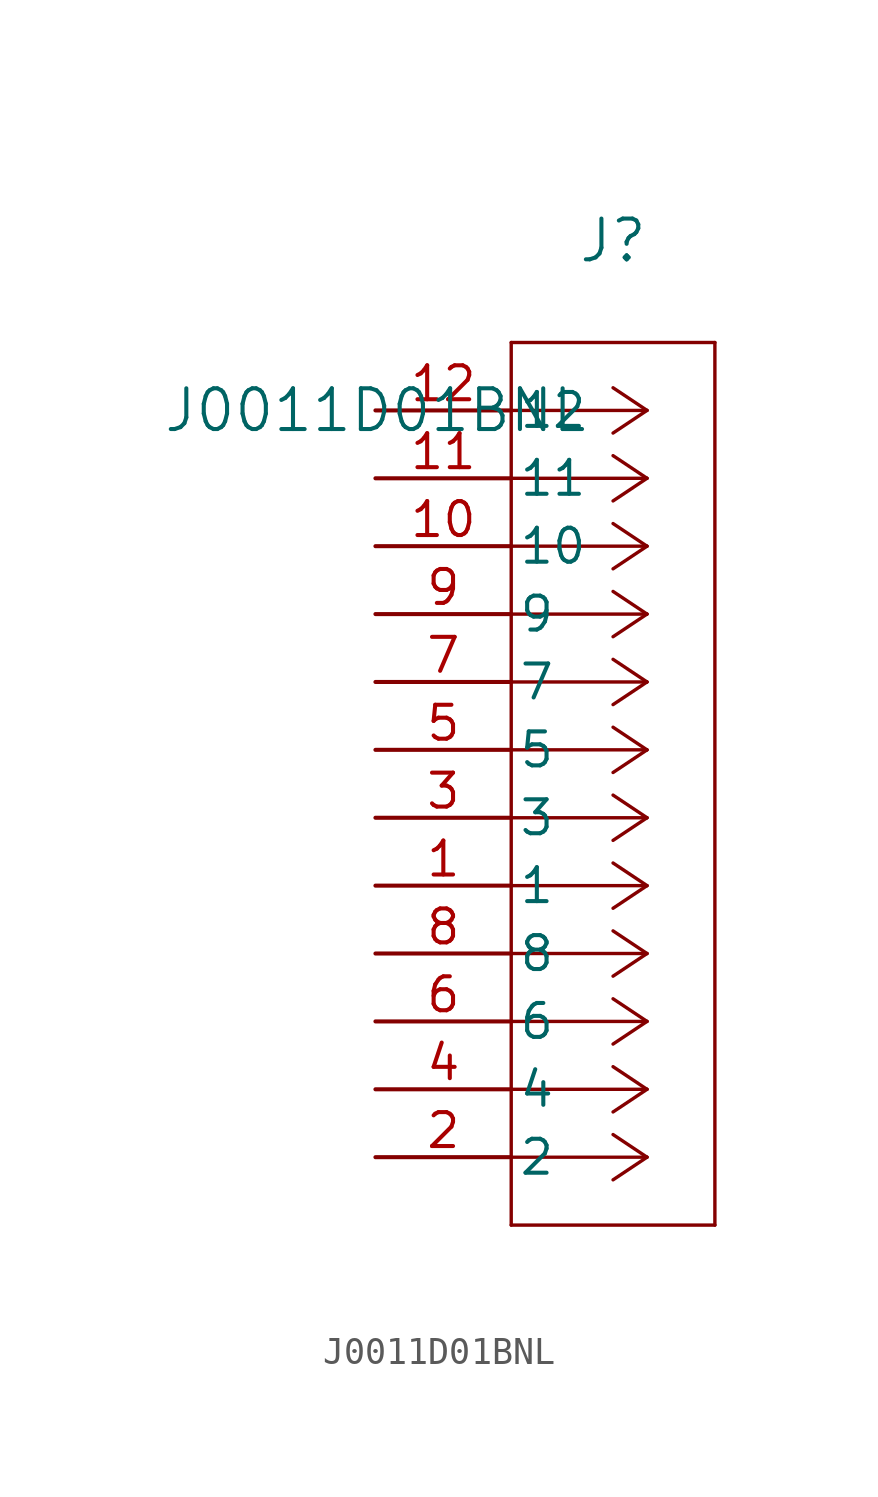
<source format=kicad_sym>
(kicad_symbol_lib
  (version 20220914)
  (generator kicad_symbol_editor)
  (symbol "J0011D01BNL"
    (pin_names
      (offset 0.254))
    (property "Reference" "J"
      (at 8.89 6.35 0)
      (effects (font (size 1.524 1.524))))
    (property "Value" "J0011D01BNL"
      (at 0 0 0)
      (effects (font (size 1.524 1.524))))
    (property "ki_locked" ""
      (at 0 0 0)
      (effects (font (size 1.27 1.27))))
    (symbol "J0011D01BNL_0_1"
      (polyline (pts (xy 5.08 -30.48) (xy 12.7 -30.48)) (stroke (width 0.127) (type default)) (fill (type none)))
      (polyline (pts (xy 5.08 2.54) (xy 5.08 -30.48)) (stroke (width 0.127) (type default)) (fill (type none)))
      (polyline (pts (xy 10.16 -27.94) (xy 5.08 -27.94)) (stroke (width 0.127) (type default)) (fill (type none)))
      (polyline (pts (xy 10.16 -27.94) (xy 8.89 -28.787)) (stroke (width 0.127) (type default)) (fill (type none)))
      (polyline (pts (xy 10.16 -27.94) (xy 8.89 -27.093)) (stroke (width 0.127) (type default)) (fill (type none)))
      (polyline (pts (xy 10.16 -25.4) (xy 5.08 -25.4)) (stroke (width 0.127) (type default)) (fill (type none)))
      (polyline (pts (xy 10.16 -25.4) (xy 8.89 -26.247)) (stroke (width 0.127) (type default)) (fill (type none)))
      (polyline (pts (xy 10.16 -25.4) (xy 8.89 -24.553)) (stroke (width 0.127) (type default)) (fill (type none)))
      (polyline (pts (xy 10.16 -22.86) (xy 5.08 -22.86)) (stroke (width 0.127) (type default)) (fill (type none)))
      (polyline (pts (xy 10.16 -22.86) (xy 8.89 -23.707)) (stroke (width 0.127) (type default)) (fill (type none)))
      (polyline (pts (xy 10.16 -22.86) (xy 8.89 -22.013)) (stroke (width 0.127) (type default)) (fill (type none)))
      (polyline (pts (xy 10.16 -20.32) (xy 5.08 -20.32)) (stroke (width 0.127) (type default)) (fill (type none)))
      (polyline (pts (xy 10.16 -20.32) (xy 8.89 -21.167)) (stroke (width 0.127) (type default)) (fill (type none)))
      (polyline (pts (xy 10.16 -20.32) (xy 8.89 -19.473)) (stroke (width 0.127) (type default)) (fill (type none)))
      (polyline (pts (xy 10.16 -17.78) (xy 5.08 -17.78)) (stroke (width 0.127) (type default)) (fill (type none)))
      (polyline (pts (xy 10.16 -17.78) (xy 8.89 -18.627)) (stroke (width 0.127) (type default)) (fill (type none)))
      (polyline (pts (xy 10.16 -17.78) (xy 8.89 -16.933)) (stroke (width 0.127) (type default)) (fill (type none)))
      (polyline (pts (xy 10.16 -15.24) (xy 5.08 -15.24)) (stroke (width 0.127) (type default)) (fill (type none)))
      (polyline (pts (xy 10.16 -15.24) (xy 8.89 -16.087)) (stroke (width 0.127) (type default)) (fill (type none)))
      (polyline (pts (xy 10.16 -15.24) (xy 8.89 -14.393)) (stroke (width 0.127) (type default)) (fill (type none)))
      (polyline (pts (xy 10.16 -12.7) (xy 5.08 -12.7)) (stroke (width 0.127) (type default)) (fill (type none)))
      (polyline (pts (xy 10.16 -12.7) (xy 8.89 -13.547)) (stroke (width 0.127) (type default)) (fill (type none)))
      (polyline (pts (xy 10.16 -12.7) (xy 8.89 -11.853)) (stroke (width 0.127) (type default)) (fill (type none)))
      (polyline (pts (xy 10.16 -10.16) (xy 5.08 -10.16)) (stroke (width 0.127) (type default)) (fill (type none)))
      (polyline (pts (xy 10.16 -10.16) (xy 8.89 -11.007)) (stroke (width 0.127) (type default)) (fill (type none)))
      (polyline (pts (xy 10.16 -10.16) (xy 8.89 -9.313)) (stroke (width 0.127) (type default)) (fill (type none)))
      (polyline (pts (xy 10.16 -7.62) (xy 5.08 -7.62)) (stroke (width 0.127) (type default)) (fill (type none)))
      (polyline (pts (xy 10.16 -7.62) (xy 8.89 -8.467)) (stroke (width 0.127) (type default)) (fill (type none)))
      (polyline (pts (xy 10.16 -7.62) (xy 8.89 -6.773)) (stroke (width 0.127) (type default)) (fill (type none)))
      (polyline (pts (xy 10.16 -5.08) (xy 5.08 -5.08)) (stroke (width 0.127) (type default)) (fill (type none)))
      (polyline (pts (xy 10.16 -5.08) (xy 8.89 -5.927)) (stroke (width 0.127) (type default)) (fill (type none)))
      (polyline (pts (xy 10.16 -5.08) (xy 8.89 -4.233)) (stroke (width 0.127) (type default)) (fill (type none)))
      (polyline (pts (xy 10.16 -2.54) (xy 5.08 -2.54)) (stroke (width 0.127) (type default)) (fill (type none)))
      (polyline (pts (xy 10.16 -2.54) (xy 8.89 -3.387)) (stroke (width 0.127) (type default)) (fill (type none)))
      (polyline (pts (xy 10.16 -2.54) (xy 8.89 -1.693)) (stroke (width 0.127) (type default)) (fill (type none)))
      (polyline (pts (xy 10.16 0) (xy 5.08 0)) (stroke (width 0.127) (type default)) (fill (type none)))
      (polyline (pts (xy 10.16 0) (xy 8.89 -0.847)) (stroke (width 0.127) (type default)) (fill (type none)))
      (polyline (pts (xy 10.16 0) (xy 8.89 0.847)) (stroke (width 0.127) (type default)) (fill (type none)))
      (polyline (pts (xy 12.7 -30.48) (xy 12.7 2.54)) (stroke (width 0.127) (type default)) (fill (type none)))
      (polyline (pts (xy 12.7 2.54) (xy 5.08 2.54)) (stroke (width 0.127) (type default)) (fill (type none)))
      (pin unspecified line (at 0 -17.78 0) (length 5.08) (name "1" (effects (font (size 1.27 1.27)))) (number "1" (effects (font (size 1.27 1.27)))))
      (pin unspecified line (at 0 -5.08 0) (length 5.08) (name "10" (effects (font (size 1.27 1.27)))) (number "10" (effects (font (size 1.27 1.27)))))
      (pin unspecified line (at 0 -2.54 0) (length 5.08) (name "11" (effects (font (size 1.27 1.27)))) (number "11" (effects (font (size 1.27 1.27)))))
      (pin unspecified line (at 0 0 0) (length 5.08) (name "12" (effects (font (size 1.27 1.27)))) (number "12" (effects (font (size 1.27 1.27)))))
      (pin unspecified line (at 0 -27.94 0) (length 5.08) (name "2" (effects (font (size 1.27 1.27)))) (number "2" (effects (font (size 1.27 1.27)))))
      (pin unspecified line (at 0 -15.24 0) (length 5.08) (name "3" (effects (font (size 1.27 1.27)))) (number "3" (effects (font (size 1.27 1.27)))))
      (pin unspecified line (at 0 -25.4 0) (length 5.08) (name "4" (effects (font (size 1.27 1.27)))) (number "4" (effects (font (size 1.27 1.27)))))
      (pin unspecified line (at 0 -12.7 0) (length 5.08) (name "5" (effects (font (size 1.27 1.27)))) (number "5" (effects (font (size 1.27 1.27)))))
      (pin unspecified line (at 0 -22.86 0) (length 5.08) (name "6" (effects (font (size 1.27 1.27)))) (number "6" (effects (font (size 1.27 1.27)))))
      (pin unspecified line (at 0 -10.16 0) (length 5.08) (name "7" (effects (font (size 1.27 1.27)))) (number "7" (effects (font (size 1.27 1.27)))))
      (pin unspecified line (at 0 -20.32 0) (length 5.08) (name "8" (effects (font (size 1.27 1.27)))) (number "8" (effects (font (size 1.27 1.27)))))
      (pin unspecified line (at 0 -7.62 0) (length 5.08) (name "9" (effects (font (size 1.27 1.27)))) (number "9" (effects (font (size 1.27 1.27))))))))
</source>
